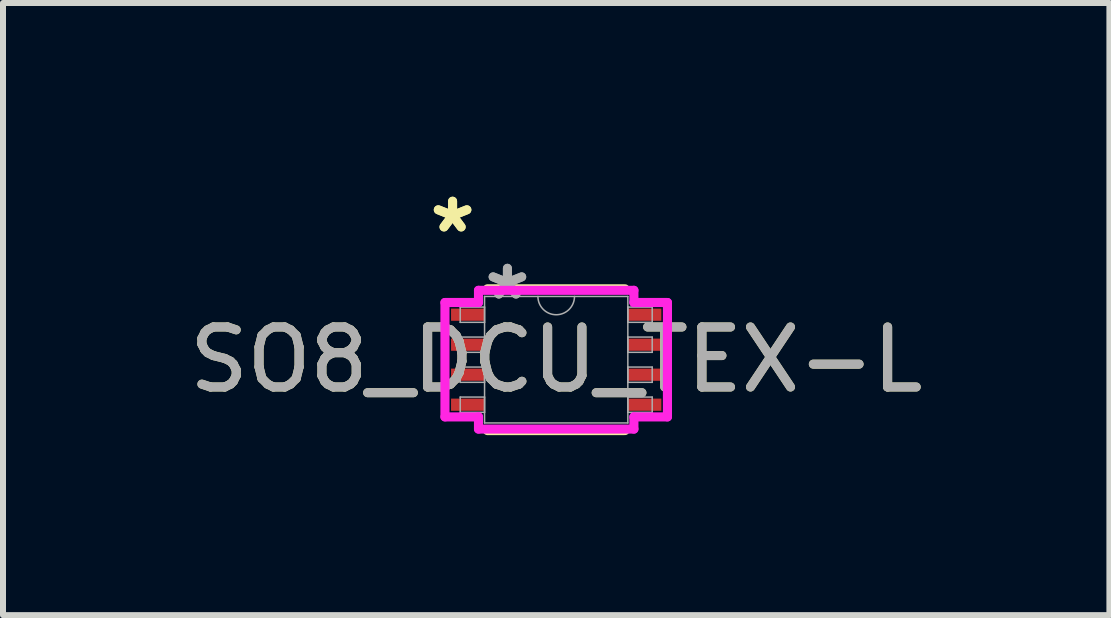
<source format=kicad_pcb>
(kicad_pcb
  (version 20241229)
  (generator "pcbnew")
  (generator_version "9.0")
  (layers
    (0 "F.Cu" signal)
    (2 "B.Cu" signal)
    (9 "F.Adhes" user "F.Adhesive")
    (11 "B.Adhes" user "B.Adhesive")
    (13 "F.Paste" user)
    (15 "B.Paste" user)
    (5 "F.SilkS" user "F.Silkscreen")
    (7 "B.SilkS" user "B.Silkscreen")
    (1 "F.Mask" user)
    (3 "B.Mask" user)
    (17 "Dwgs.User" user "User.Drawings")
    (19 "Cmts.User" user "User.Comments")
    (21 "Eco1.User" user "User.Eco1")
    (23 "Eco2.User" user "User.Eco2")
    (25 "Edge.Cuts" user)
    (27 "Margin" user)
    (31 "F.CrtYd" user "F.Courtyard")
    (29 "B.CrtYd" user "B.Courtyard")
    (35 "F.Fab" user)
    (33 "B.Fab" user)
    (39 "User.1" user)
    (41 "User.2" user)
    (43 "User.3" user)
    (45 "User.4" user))
  (footprint "SO8_DCU_TEX-L"
    (layer "F.Cu")
    (at 6.22 2.945)
    (property "Reference" "SO8_DCU_TEX-L" (at 0 0 0) (unlocked yes) (layer "F.SilkS") (effects (font (size 1 1) (thickness 0.15))))
    (attr smd)
    (fp_line (start -1.146 1.181) (end 1.146 1.181) (stroke (width 0.152) (type solid)) (layer "F.SilkS"))
    (fp_line (start 1.146 -1.181) (end -1.146 -1.181) (stroke (width 0.152) (type solid)) (layer "F.SilkS"))
    (fp_line (start -1.854 -0.953) (end -1.295 -0.953) (stroke (width 0.152) (type solid)) (layer "F.CrtYd"))
    (fp_line (start -1.854 0.953) (end -1.854 -0.953) (stroke (width 0.152) (type solid)) (layer "F.CrtYd"))
    (fp_line (start -1.854 0.953) (end -1.295 0.953) (stroke (width 0.152) (type solid)) (layer "F.CrtYd"))
    (fp_line (start -1.295 -1.156) (end 1.295 -1.156) (stroke (width 0.152) (type solid)) (layer "F.CrtYd"))
    (fp_line (start -1.295 -0.953) (end -1.295 -1.156) (stroke (width 0.152) (type solid)) (layer "F.CrtYd"))
    (fp_line (start -1.295 1.156) (end -1.295 0.953) (stroke (width 0.152) (type solid)) (layer "F.CrtYd"))
    (fp_line (start 1.295 -1.156) (end 1.295 -0.953) (stroke (width 0.152) (type solid)) (layer "F.CrtYd"))
    (fp_line (start 1.295 0.953) (end 1.295 1.156) (stroke (width 0.152) (type solid)) (layer "F.CrtYd"))
    (fp_line (start 1.295 1.156) (end -1.295 1.156) (stroke (width 0.152) (type solid)) (layer "F.CrtYd"))
    (fp_line (start 1.854 -0.953) (end 1.295 -0.953) (stroke (width 0.152) (type solid)) (layer "F.CrtYd"))
    (fp_line (start 1.854 -0.953) (end 1.854 0.953) (stroke (width 0.152) (type solid)) (layer "F.CrtYd"))
    (fp_line (start 1.854 0.953) (end 1.295 0.953) (stroke (width 0.152) (type solid)) (layer "F.CrtYd"))
    (fp_line (start -1.6 -0.877) (end -1.6 -0.623) (stroke (width 0.025) (type solid)) (layer "F.Fab"))
    (fp_line (start -1.6 -0.623) (end -1.194 -0.623) (stroke (width 0.025) (type solid)) (layer "F.Fab"))
    (fp_line (start -1.6 -0.377) (end -1.6 -0.123) (stroke (width 0.025) (type solid)) (layer "F.Fab"))
    (fp_line (start -1.6 -0.123) (end -1.194 -0.123) (stroke (width 0.025) (type solid)) (layer "F.Fab"))
    (fp_line (start -1.6 0.123) (end -1.6 0.377) (stroke (width 0.025) (type solid)) (layer "F.Fab"))
    (fp_line (start -1.6 0.377) (end -1.194 0.377) (stroke (width 0.025) (type solid)) (layer "F.Fab"))
    (fp_line (start -1.6 0.623) (end -1.6 0.877) (stroke (width 0.025) (type solid)) (layer "F.Fab"))
    (fp_line (start -1.6 0.877) (end -1.194 0.877) (stroke (width 0.025) (type solid)) (layer "F.Fab"))
    (fp_line (start -1.194 -1.054) (end -1.194 1.054) (stroke (width 0.025) (type solid)) (layer "F.Fab"))
    (fp_line (start -1.194 -0.877) (end -1.6 -0.877) (stroke (width 0.025) (type solid)) (layer "F.Fab"))
    (fp_line (start -1.194 -0.623) (end -1.194 -0.877) (stroke (width 0.025) (type solid)) (layer "F.Fab"))
    (fp_line (start -1.194 -0.377) (end -1.6 -0.377) (stroke (width 0.025) (type solid)) (layer "F.Fab"))
    (fp_line (start -1.194 -0.123) (end -1.194 -0.377) (stroke (width 0.025) (type solid)) (layer "F.Fab"))
    (fp_line (start -1.194 0.123) (end -1.6 0.123) (stroke (width 0.025) (type solid)) (layer "F.Fab"))
    (fp_line (start -1.194 0.377) (end -1.194 0.123) (stroke (width 0.025) (type solid)) (layer "F.Fab"))
    (fp_line (start -1.194 0.623) (end -1.6 0.623) (stroke (width 0.025) (type solid)) (layer "F.Fab"))
    (fp_line (start -1.194 0.877) (end -1.194 0.623) (stroke (width 0.025) (type solid)) (layer "F.Fab"))
    (fp_line (start -1.194 1.054) (end 1.194 1.054) (stroke (width 0.025) (type solid)) (layer "F.Fab"))
    (fp_line (start 1.194 -1.054) (end -1.194 -1.054) (stroke (width 0.025) (type solid)) (layer "F.Fab"))
    (fp_line (start 1.194 -0.877) (end 1.194 -0.623) (stroke (width 0.025) (type solid)) (layer "F.Fab"))
    (fp_line (start 1.194 -0.623) (end 1.6 -0.623) (stroke (width 0.025) (type solid)) (layer "F.Fab"))
    (fp_line (start 1.194 -0.377) (end 1.194 -0.123) (stroke (width 0.025) (type solid)) (layer "F.Fab"))
    (fp_line (start 1.194 -0.123) (end 1.6 -0.123) (stroke (width 0.025) (type solid)) (layer "F.Fab"))
    (fp_line (start 1.194 0.123) (end 1.194 0.377) (stroke (width 0.025) (type solid)) (layer "F.Fab"))
    (fp_line (start 1.194 0.377) (end 1.6 0.377) (stroke (width 0.025) (type solid)) (layer "F.Fab"))
    (fp_line (start 1.194 0.623) (end 1.194 0.877) (stroke (width 0.025) (type solid)) (layer "F.Fab"))
    (fp_line (start 1.194 0.877) (end 1.6 0.877) (stroke (width 0.025) (type solid)) (layer "F.Fab"))
    (fp_line (start 1.194 1.054) (end 1.194 -1.054) (stroke (width 0.025) (type solid)) (layer "F.Fab"))
    (fp_line (start 1.6 -0.877) (end 1.194 -0.877) (stroke (width 0.025) (type solid)) (layer "F.Fab"))
    (fp_line (start 1.6 -0.623) (end 1.6 -0.877) (stroke (width 0.025) (type solid)) (layer "F.Fab"))
    (fp_line (start 1.6 -0.377) (end 1.194 -0.377) (stroke (width 0.025) (type solid)) (layer "F.Fab"))
    (fp_line (start 1.6 -0.123) (end 1.6 -0.377) (stroke (width 0.025) (type solid)) (layer "F.Fab"))
    (fp_line (start 1.6 0.123) (end 1.194 0.123) (stroke (width 0.025) (type solid)) (layer "F.Fab"))
    (fp_line (start 1.6 0.377) (end 1.6 0.123) (stroke (width 0.025) (type solid)) (layer "F.Fab"))
    (fp_line (start 1.6 0.623) (end 1.194 0.623) (stroke (width 0.025) (type solid)) (layer "F.Fab"))
    (fp_line (start 1.6 0.877) (end 1.6 0.623) (stroke (width 0.025) (type solid)) (layer "F.Fab"))
    (fp_arc (start 0.3048 -1.0541) (mid 0 -0.7493) (end -0.3048 -1.0541) (stroke (width 0.0254) (type solid)) (layer "F.Fab"))
    (fp_text user "*" (at -1.727 -2.096 0) (layer "F.SilkS") (effects (font (size 1 1) (thickness 0.15))))
    (fp_text user "*" (at -1.727 -2.096 0) (unlocked yes) (layer "F.SilkS") (effects (font (size 1 1) (thickness 0.15))))
    (fp_text user "*" (at -0.813 -0.978 0) (layer "F.Fab") (effects (font (size 1 1) (thickness 0.15))))
    (fp_text user "*" (at -0.813 -0.978 0) (unlocked yes) (layer "F.Fab") (effects (font (size 1 1) (thickness 0.15))))
    (fp_text user "${REFERENCE}" (at 0 0 0) (unlocked yes) (layer "F.Fab") (effects (font (size 1 1) (thickness 0.15))))
    (pad "1" smd rect (at -1.473 -0.75) (size 0.559 0.203) (layers "F.Cu" "F.Mask" "F.Paste"))
    (pad "2" smd rect (at -1.473 -0.25) (size 0.559 0.203) (layers "F.Cu" "F.Mask" "F.Paste"))
    (pad "3" smd rect (at -1.473 0.25) (size 0.559 0.203) (layers "F.Cu" "F.Mask" "F.Paste"))
    (pad "4" smd rect (at -1.473 0.75) (size 0.559 0.203) (layers "F.Cu" "F.Mask" "F.Paste"))
    (pad "5" smd rect (at 1.473 0.75) (size 0.559 0.203) (layers "F.Cu" "F.Mask" "F.Paste"))
    (pad "6" smd rect (at 1.473 0.25) (size 0.559 0.203) (layers "F.Cu" "F.Mask" "F.Paste"))
    (pad "7" smd rect (at 1.473 -0.25) (size 0.559 0.203) (layers "F.Cu" "F.Mask" "F.Paste"))
    (pad "8" smd rect (at 1.473 -0.75) (size 0.559 0.203) (layers "F.Cu" "F.Mask" "F.Paste")))
  (gr_rect
    (start -3 -3)
    (end 15.44 7.202)
    (stroke (width 0.1) (type default))
    (fill no)
    (layer "Edge.Cuts")))
</source>
